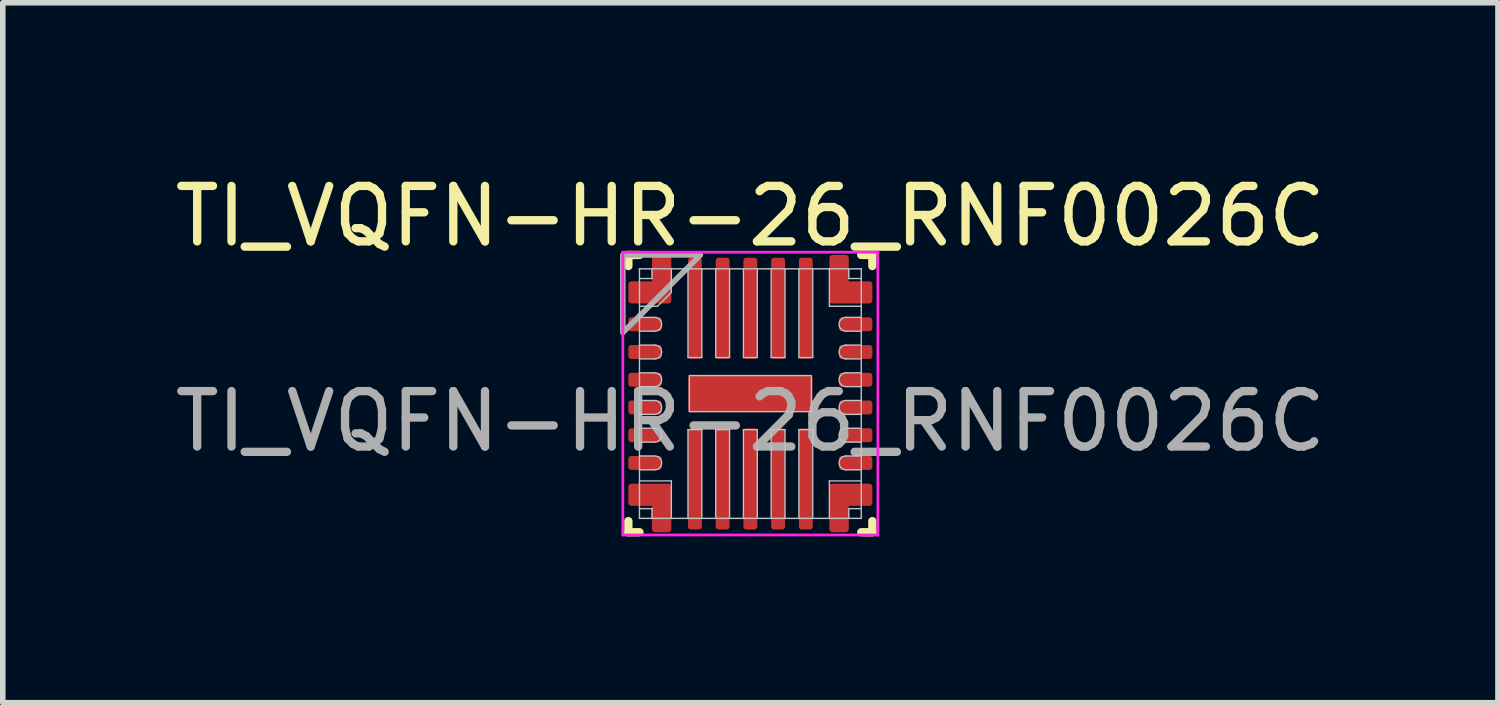
<source format=kicad_pcb>
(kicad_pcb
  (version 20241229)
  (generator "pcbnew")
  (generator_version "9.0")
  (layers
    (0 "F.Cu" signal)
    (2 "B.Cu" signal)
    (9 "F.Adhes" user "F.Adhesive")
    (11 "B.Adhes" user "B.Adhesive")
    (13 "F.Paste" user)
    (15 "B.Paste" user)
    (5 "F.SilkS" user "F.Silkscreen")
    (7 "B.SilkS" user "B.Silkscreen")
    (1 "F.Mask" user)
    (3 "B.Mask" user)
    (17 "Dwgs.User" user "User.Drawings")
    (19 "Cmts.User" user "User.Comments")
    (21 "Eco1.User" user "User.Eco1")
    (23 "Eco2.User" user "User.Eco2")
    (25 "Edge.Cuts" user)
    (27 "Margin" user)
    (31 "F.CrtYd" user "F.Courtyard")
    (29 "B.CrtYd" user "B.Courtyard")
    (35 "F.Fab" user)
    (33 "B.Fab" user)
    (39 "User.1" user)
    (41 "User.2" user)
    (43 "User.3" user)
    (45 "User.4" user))
  (footprint "TI_VQFN-HR-26_RNF0026C"
    (layer "F.Cu")
    (at 10.482 4.048)
    (property "Reference" "TI_VQFN-HR-26_RNF0026C" (at 0 0.5 0) (layer "F.Fab") (effects (font (size 1 1) (thickness 0.15))))
    (attr smd)
    (fp_line (start -2.2 -2.5) (end -2.2 -2.3) (stroke (width 0.15) (type solid)) (layer "F.SilkS"))
    (fp_line (start -2.2 -2.5) (end -2 -2.5) (stroke (width 0.15) (type solid)) (layer "F.SilkS"))
    (fp_line (start -2.2 2.5) (end -2.2 2.3) (stroke (width 0.15) (type solid)) (layer "F.SilkS"))
    (fp_line (start -2.2 2.5) (end -2 2.5) (stroke (width 0.15) (type solid)) (layer "F.SilkS"))
    (fp_line (start 2 -2.5) (end 2.2 -2.5) (stroke (width 0.15) (type solid)) (layer "F.SilkS"))
    (fp_line (start 2.2 -2.5) (end 2.2 -2.3) (stroke (width 0.15) (type solid)) (layer "F.SilkS"))
    (fp_line (start 2.2 2.5) (end 2 2.5) (stroke (width 0.15) (type solid)) (layer "F.SilkS"))
    (fp_line (start 2.2 2.5) (end 2.2 2.3) (stroke (width 0.15) (type solid)) (layer "F.SilkS"))
    (fp_line (start -2 -2.25) (end 2 -2.25) (stroke (width 0.025) (type solid)) (layer "Dwgs.User"))
    (fp_line (start -2 -1.575) (end -1.675 -1.575) (stroke (width 0.025) (type solid)) (layer "Dwgs.User"))
    (fp_line (start -2 -1.375) (end -1.725 -1.375) (stroke (width 0.025) (type solid)) (layer "Dwgs.User"))
    (fp_line (start -2 -1.125) (end -1.725 -1.125) (stroke (width 0.025) (type solid)) (layer "Dwgs.User"))
    (fp_line (start -2 -0.875) (end -1.725 -0.875) (stroke (width 0.025) (type solid)) (layer "Dwgs.User"))
    (fp_line (start -2 -0.625) (end -1.725 -0.625) (stroke (width 0.025) (type solid)) (layer "Dwgs.User"))
    (fp_line (start -2 -0.375) (end -1.725 -0.375) (stroke (width 0.025) (type solid)) (layer "Dwgs.User"))
    (fp_line (start -2 -0.125) (end -1.725 -0.125) (stroke (width 0.025) (type solid)) (layer "Dwgs.User"))
    (fp_line (start -2 0.125) (end -1.725 0.125) (stroke (width 0.025) (type solid)) (layer "Dwgs.User"))
    (fp_line (start -2 0.375) (end -1.725 0.375) (stroke (width 0.025) (type solid)) (layer "Dwgs.User"))
    (fp_line (start -2 0.625) (end -1.725 0.625) (stroke (width 0.025) (type solid)) (layer "Dwgs.User"))
    (fp_line (start -2 0.875) (end -1.725 0.875) (stroke (width 0.025) (type solid)) (layer "Dwgs.User"))
    (fp_line (start -2 1.125) (end -1.725 1.125) (stroke (width 0.025) (type solid)) (layer "Dwgs.User"))
    (fp_line (start -2 1.375) (end -1.725 1.375) (stroke (width 0.025) (type solid)) (layer "Dwgs.User"))
    (fp_line (start -2 2.075) (end -1.775 2.075) (stroke (width 0.025) (type solid)) (layer "Dwgs.User"))
    (fp_line (start -2 2.25) (end -2 -2.25) (stroke (width 0.025) (type solid)) (layer "Dwgs.User"))
    (fp_line (start -1.775 -2.25) (end -1.775 -2.075) (stroke (width 0.025) (type solid)) (layer "Dwgs.User"))
    (fp_line (start -1.775 -2.075) (end -2 -2.075) (stroke (width 0.025) (type solid)) (layer "Dwgs.User"))
    (fp_line (start -1.775 2.075) (end -1.775 2.25) (stroke (width 0.025) (type solid)) (layer "Dwgs.User"))
    (fp_line (start -1.425 -1.825) (end -1.675 -1.575) (stroke (width 0.025) (type solid)) (layer "Dwgs.User"))
    (fp_line (start -1.425 -1.825) (end -1.425 -2.25) (stroke (width 0.025) (type solid)) (layer "Dwgs.User"))
    (fp_line (start -1.425 1.575) (end -2 1.575) (stroke (width 0.025) (type solid)) (layer "Dwgs.User"))
    (fp_line (start -1.425 2.25) (end -1.425 1.575) (stroke (width 0.025) (type solid)) (layer "Dwgs.User"))
    (fp_line (start -1.125 -2.25) (end -1.125 -0.65) (stroke (width 0.025) (type solid)) (layer "Dwgs.User"))
    (fp_line (start -1.125 -0.65) (end -0.875 -0.65) (stroke (width 0.025) (type solid)) (layer "Dwgs.User"))
    (fp_line (start -1.125 0.65) (end -1.125 2.25) (stroke (width 0.025) (type solid)) (layer "Dwgs.User"))
    (fp_line (start -1.1 -0.325) (end 1.1 -0.325) (stroke (width 0.025) (type solid)) (layer "Dwgs.User"))
    (fp_line (start -1.1 0.325) (end -1.1 -0.325) (stroke (width 0.025) (type solid)) (layer "Dwgs.User"))
    (fp_line (start -0.875 -0.65) (end -0.875 -2.25) (stroke (width 0.025) (type solid)) (layer "Dwgs.User"))
    (fp_line (start -0.875 0.65) (end -1.125 0.65) (stroke (width 0.025) (type solid)) (layer "Dwgs.User"))
    (fp_line (start -0.875 2.25) (end -0.875 0.65) (stroke (width 0.025) (type solid)) (layer "Dwgs.User"))
    (fp_line (start -0.625 -2.25) (end -0.625 -0.65) (stroke (width 0.025) (type solid)) (layer "Dwgs.User"))
    (fp_line (start -0.625 -0.65) (end -0.375 -0.65) (stroke (width 0.025) (type solid)) (layer "Dwgs.User"))
    (fp_line (start -0.625 0.65) (end -0.625 2.25) (stroke (width 0.025) (type solid)) (layer "Dwgs.User"))
    (fp_line (start -0.375 -0.65) (end -0.375 -2.25) (stroke (width 0.025) (type solid)) (layer "Dwgs.User"))
    (fp_line (start -0.375 0.65) (end -0.625 0.65) (stroke (width 0.025) (type solid)) (layer "Dwgs.User"))
    (fp_line (start -0.375 2.25) (end -0.375 0.65) (stroke (width 0.025) (type solid)) (layer "Dwgs.User"))
    (fp_line (start -0.125 -2.25) (end -0.125 -0.65) (stroke (width 0.025) (type solid)) (layer "Dwgs.User"))
    (fp_line (start -0.125 -0.65) (end 0.125 -0.65) (stroke (width 0.025) (type solid)) (layer "Dwgs.User"))
    (fp_line (start -0.125 0.65) (end -0.125 2.25) (stroke (width 0.025) (type solid)) (layer "Dwgs.User"))
    (fp_line (start 0.125 -0.65) (end 0.125 -2.25) (stroke (width 0.025) (type solid)) (layer "Dwgs.User"))
    (fp_line (start 0.125 0.65) (end -0.125 0.65) (stroke (width 0.025) (type solid)) (layer "Dwgs.User"))
    (fp_line (start 0.125 2.25) (end 0.125 0.65) (stroke (width 0.025) (type solid)) (layer "Dwgs.User"))
    (fp_line (start 0.375 -2.25) (end 0.375 -0.65) (stroke (width 0.025) (type solid)) (layer "Dwgs.User"))
    (fp_line (start 0.375 -0.65) (end 0.625 -0.65) (stroke (width 0.025) (type solid)) (layer "Dwgs.User"))
    (fp_line (start 0.375 0.65) (end 0.375 2.25) (stroke (width 0.025) (type solid)) (layer "Dwgs.User"))
    (fp_line (start 0.625 -0.65) (end 0.625 -2.25) (stroke (width 0.025) (type solid)) (layer "Dwgs.User"))
    (fp_line (start 0.625 0.65) (end 0.375 0.65) (stroke (width 0.025) (type solid)) (layer "Dwgs.User"))
    (fp_line (start 0.625 2.25) (end 0.625 0.65) (stroke (width 0.025) (type solid)) (layer "Dwgs.User"))
    (fp_line (start 0.875 -2.25) (end 0.875 -0.65) (stroke (width 0.025) (type solid)) (layer "Dwgs.User"))
    (fp_line (start 0.875 -0.65) (end 1.125 -0.65) (stroke (width 0.025) (type solid)) (layer "Dwgs.User"))
    (fp_line (start 0.875 0.65) (end 0.875 2.25) (stroke (width 0.025) (type solid)) (layer "Dwgs.User"))
    (fp_line (start 1.1 -0.325) (end 1.1 0.325) (stroke (width 0.025) (type solid)) (layer "Dwgs.User"))
    (fp_line (start 1.1 0.325) (end -1.1 0.325) (stroke (width 0.025) (type solid)) (layer "Dwgs.User"))
    (fp_line (start 1.125 -0.65) (end 1.125 -2.25) (stroke (width 0.025) (type solid)) (layer "Dwgs.User"))
    (fp_line (start 1.125 0.65) (end 0.875 0.65) (stroke (width 0.025) (type solid)) (layer "Dwgs.User"))
    (fp_line (start 1.125 2.25) (end 1.125 0.65) (stroke (width 0.025) (type solid)) (layer "Dwgs.User"))
    (fp_line (start 1.425 -2.25) (end 1.425 -1.575) (stroke (width 0.025) (type solid)) (layer "Dwgs.User"))
    (fp_line (start 1.425 -1.575) (end 2 -1.575) (stroke (width 0.025) (type solid)) (layer "Dwgs.User"))
    (fp_line (start 1.425 1.575) (end 1.425 2.25) (stroke (width 0.025) (type solid)) (layer "Dwgs.User"))
    (fp_line (start 1.775 -2.075) (end 1.775 -2.25) (stroke (width 0.025) (type solid)) (layer "Dwgs.User"))
    (fp_line (start 1.775 2.075) (end 2 2.075) (stroke (width 0.025) (type solid)) (layer "Dwgs.User"))
    (fp_line (start 1.775 2.25) (end 1.775 2.075) (stroke (width 0.025) (type solid)) (layer "Dwgs.User"))
    (fp_line (start 2 -2.25) (end 2 2.25) (stroke (width 0.025) (type solid)) (layer "Dwgs.User"))
    (fp_line (start 2 -2.075) (end 1.775 -2.075) (stroke (width 0.025) (type solid)) (layer "Dwgs.User"))
    (fp_line (start 2 -1.375) (end 1.725 -1.375) (stroke (width 0.025) (type solid)) (layer "Dwgs.User"))
    (fp_line (start 2 -1.125) (end 1.725 -1.125) (stroke (width 0.025) (type solid)) (layer "Dwgs.User"))
    (fp_line (start 2 -0.875) (end 1.725 -0.875) (stroke (width 0.025) (type solid)) (layer "Dwgs.User"))
    (fp_line (start 2 -0.625) (end 1.725 -0.625) (stroke (width 0.025) (type solid)) (layer "Dwgs.User"))
    (fp_line (start 2 -0.375) (end 1.725 -0.375) (stroke (width 0.025) (type solid)) (layer "Dwgs.User"))
    (fp_line (start 2 -0.125) (end 1.725 -0.125) (stroke (width 0.025) (type solid)) (layer "Dwgs.User"))
    (fp_line (start 2 0.125) (end 1.725 0.125) (stroke (width 0.025) (type solid)) (layer "Dwgs.User"))
    (fp_line (start 2 0.375) (end 1.725 0.375) (stroke (width 0.025) (type solid)) (layer "Dwgs.User"))
    (fp_line (start 2 0.625) (end 1.725 0.625) (stroke (width 0.025) (type solid)) (layer "Dwgs.User"))
    (fp_line (start 2 0.875) (end 1.725 0.875) (stroke (width 0.025) (type solid)) (layer "Dwgs.User"))
    (fp_line (start 2 1.125) (end 1.725 1.125) (stroke (width 0.025) (type solid)) (layer "Dwgs.User"))
    (fp_line (start 2 1.375) (end 1.725 1.375) (stroke (width 0.025) (type solid)) (layer "Dwgs.User"))
    (fp_line (start 2 1.575) (end 1.425 1.575) (stroke (width 0.025) (type solid)) (layer "Dwgs.User"))
    (fp_line (start 2 2.25) (end -2 2.25) (stroke (width 0.025) (type solid)) (layer "Dwgs.User"))
    (fp_arc (start -1.725 -1.375) (mid -1.6 -1.25) (end -1.725 -1.125) (stroke (width 0.025) (type solid)) (layer "Dwgs.User"))
    (fp_arc (start -1.725 -0.875) (mid -1.6 -0.75) (end -1.725 -0.625) (stroke (width 0.025) (type solid)) (layer "Dwgs.User"))
    (fp_arc (start -1.725 -0.375) (mid -1.6 -0.25) (end -1.725 -0.125) (stroke (width 0.025) (type solid)) (layer "Dwgs.User"))
    (fp_arc (start -1.725 0.125) (mid -1.6 0.25) (end -1.725 0.375) (stroke (width 0.025) (type solid)) (layer "Dwgs.User"))
    (fp_arc (start -1.725 0.625) (mid -1.6 0.75) (end -1.725 0.875) (stroke (width 0.025) (type solid)) (layer "Dwgs.User"))
    (fp_arc (start -1.725 1.125) (mid -1.6 1.25) (end -1.725 1.375) (stroke (width 0.025) (type solid)) (layer "Dwgs.User"))
    (fp_arc (start 1.725 -1.125) (mid 1.6 -1.25) (end 1.725 -1.375) (stroke (width 0.025) (type solid)) (layer "Dwgs.User"))
    (fp_arc (start 1.725 -0.625) (mid 1.6 -0.75) (end 1.725 -0.875) (stroke (width 0.025) (type solid)) (layer "Dwgs.User"))
    (fp_arc (start 1.725 -0.125) (mid 1.6 -0.25) (end 1.725 -0.375) (stroke (width 0.025) (type solid)) (layer "Dwgs.User"))
    (fp_arc (start 1.725 0.375) (mid 1.6 0.25) (end 1.725 0.125) (stroke (width 0.025) (type solid)) (layer "Dwgs.User"))
    (fp_arc (start 1.725 0.875) (mid 1.6 0.75) (end 1.725 0.625) (stroke (width 0.025) (type solid)) (layer "Dwgs.User"))
    (fp_arc (start 1.725 1.375) (mid 1.6 1.25) (end 1.725 1.125) (stroke (width 0.025) (type solid)) (layer "Dwgs.User"))
    (fp_line (start -2.3 -2.55) (end 2.3 -2.55) (stroke (width 0.05) (type solid)) (layer "F.CrtYd"))
    (fp_line (start -2.3 2.55) (end -2.3 -2.55) (stroke (width 0.05) (type solid)) (layer "F.CrtYd"))
    (fp_line (start 2.3 -2.55) (end 2.3 2.55) (stroke (width 0.05) (type solid)) (layer "F.CrtYd"))
    (fp_line (start 2.3 2.55) (end -2.3 2.55) (stroke (width 0.05) (type solid)) (layer "F.CrtYd"))
    (fp_poly (pts (xy -2.3 -1.1) (xy -0.9 -2.5) (xy -2.3 -2.5)) (stroke (width 0.1) (type solid)) (fill no) (layer "F.Fab"))
    (fp_text user "${REFERENCE}" (at 0 -3.2 0) (layer "F.SilkS") (effects (font (size 1 1) (thickness 0.15))))
    (pad "" smd custom (at -1.6 -1.825) (size 0.1 0.1) (layers "F.Paste") (options (anchor rect)) (primitives (gr_poly (pts (xy 0.125 0.1) (xy 0.125 -0.6) (xy -0.075 -0.6) (xy -0.075 -0.1) (xy -0.5 -0.1) (xy -0.5 0.1)) (width 0.1) (fill yes))))
    (pad "" smd custom (at -1.6 1.825) (size 0.1 0.1) (layers "F.Paste") (options (anchor rect)) (primitives (gr_poly (pts (xy 0.125 -0.1) (xy 0.125 0.625) (xy -0.075 0.625) (xy -0.075 0.1) (xy -0.5 0.1) (xy -0.5 -0.1)) (width 0.1) (fill yes))))
    (pad "" smd roundrect (at -1 -2.045) (size 0.25 0.81) (layers "F.Paste") (roundrect_rratio 0.2))
    (pad "" smd roundrect (at -1 -1.035) (size 0.25 0.81) (layers "F.Paste") (roundrect_rratio 0.2))
    (pad "" smd roundrect (at -1 1.035) (size 0.25 0.81) (layers "F.Paste") (roundrect_rratio 0.2))
    (pad "" smd roundrect (at -1 2.045) (size 0.25 0.81) (layers "F.Paste") (roundrect_rratio 0.2))
    (pad "" smd roundrect (at -0.59 0) (size 0.98 0.66) (layers "F.Paste") (roundrect_rratio 0.076))
    (pad "" smd roundrect (at -0.5 -2.045) (size 0.25 0.81) (layers "F.Paste") (roundrect_rratio 0.2))
    (pad "" smd roundrect (at -0.5 -1.035) (size 0.25 0.81) (layers "F.Paste") (roundrect_rratio 0.2))
    (pad "" smd roundrect (at -0.5 1.035) (size 0.25 0.81) (layers "F.Paste") (roundrect_rratio 0.2))
    (pad "" smd roundrect (at -0.5 2.045) (size 0.25 0.81) (layers "F.Paste") (roundrect_rratio 0.2))
    (pad "" smd roundrect (at 0 -2.045) (size 0.25 0.81) (layers "F.Paste") (roundrect_rratio 0.2))
    (pad "" smd roundrect (at 0 -1.035) (size 0.25 0.81) (layers "F.Paste") (roundrect_rratio 0.2))
    (pad "" smd roundrect (at 0 1.035) (size 0.25 0.81) (layers "F.Paste") (roundrect_rratio 0.2))
    (pad "" smd roundrect (at 0 2.045) (size 0.25 0.81) (layers "F.Paste") (roundrect_rratio 0.2))
    (pad "" smd roundrect (at 0.5 -2.045) (size 0.25 0.81) (layers "F.Paste") (roundrect_rratio 0.2))
    (pad "" smd roundrect (at 0.5 -1.035) (size 0.25 0.81) (layers "F.Paste") (roundrect_rratio 0.2))
    (pad "" smd roundrect (at 0.5 1.035) (size 0.25 0.81) (layers "F.Paste") (roundrect_rratio 0.2))
    (pad "" smd roundrect (at 0.5 2.045) (size 0.25 0.81) (layers "F.Paste") (roundrect_rratio 0.2))
    (pad "" smd roundrect (at 0.59 0) (size 0.98 0.66) (layers "F.Paste") (roundrect_rratio 0.076))
    (pad "" smd roundrect (at 1 -2.045) (size 0.25 0.81) (layers "F.Paste") (roundrect_rratio 0.2))
    (pad "" smd roundrect (at 1 -1.035) (size 0.25 0.81) (layers "F.Paste") (roundrect_rratio 0.2))
    (pad "" smd roundrect (at 1 1.035) (size 0.25 0.81) (layers "F.Paste") (roundrect_rratio 0.2))
    (pad "" smd roundrect (at 1 2.045) (size 0.25 0.81) (layers "F.Paste") (roundrect_rratio 0.2))
    (pad "" smd custom (at 1.6 -1.825) (size 0.1 0.1) (layers "F.Paste") (options (anchor rect)) (primitives (gr_poly (pts (xy -0.125 0.1) (xy -0.125 -0.6) (xy 0.075 -0.6) (xy 0.075 -0.1) (xy 0.5 -0.1) (xy 0.5 0.1)) (width 0.1) (fill yes))))
    (pad "" smd custom (at 1.6 1.825) (size 0.1 0.1) (layers "F.Paste") (options (anchor rect)) (primitives (gr_poly (pts (xy -0.125 -0.1) (xy -0.125 0.625) (xy 0.075 0.625) (xy 0.075 0.1) (xy 0.5 0.1) (xy 0.5 -0.1)) (width 0.1) (fill yes))))
    (pad "1" smd custom (at -1.6 -1.825) (size 0.3 0.4) (layers "F.Cu" "F.Mask") (options (anchor rect)) (primitives (gr_poly (pts (xy 0.125 0.15) (xy 0.125 -0.625) (xy -0.125 -0.625) (xy -0.125 -0.15) (xy -0.55 -0.15) (xy -0.55 0.15)) (width 0.1) (fill yes))))
    (pad "2" smd roundrect (at -1.9 -1.25) (size 0.6 0.25) (layers "F.Cu" "F.Mask" "F.Paste") (roundrect_rratio 0.2))
    (pad "3" smd roundrect (at -1.9 -0.75) (size 0.6 0.25) (layers "F.Cu" "F.Mask" "F.Paste") (roundrect_rratio 0.2))
    (pad "4" smd roundrect (at -1.9 -0.25) (size 0.6 0.25) (layers "F.Cu" "F.Mask" "F.Paste") (roundrect_rratio 0.2))
    (pad "5" smd roundrect (at -1.9 0.25) (size 0.6 0.25) (layers "F.Cu" "F.Mask" "F.Paste") (roundrect_rratio 0.2))
    (pad "6" smd roundrect (at -1.9 0.75) (size 0.6 0.25) (layers "F.Cu" "F.Mask" "F.Paste") (roundrect_rratio 0.2))
    (pad "7" smd roundrect (at -1.9 1.25) (size 0.6 0.25) (layers "F.Cu" "F.Mask" "F.Paste") (roundrect_rratio 0.2))
    (pad "8" smd custom (at -1.6 1.825) (size 0.3 0.4) (layers "F.Cu" "F.Mask") (options (anchor rect)) (primitives (gr_poly (pts (xy 0.125 -0.15) (xy 0.125 0.625) (xy -0.125 0.625) (xy -0.125 0.15) (xy -0.55 0.15) (xy -0.55 -0.15)) (width 0.1) (fill yes))))
    (pad "9" smd roundrect (at -1 1.54) (size 0.25 1.82) (layers "F.Cu" "F.Mask") (roundrect_rratio 0.2))
    (pad "10" smd roundrect (at -0.5 1.54) (size 0.25 1.82) (layers "F.Cu" "F.Mask") (roundrect_rratio 0.2))
    (pad "11" smd roundrect (at 0 1.54) (size 0.25 1.82) (layers "F.Cu" "F.Mask") (roundrect_rratio 0.2))
    (pad "12" smd roundrect (at 0.5 1.54) (size 0.25 1.82) (layers "F.Cu" "F.Mask") (roundrect_rratio 0.2))
    (pad "13" smd roundrect (at 1 1.54) (size 0.25 1.82) (layers "F.Cu" "F.Mask") (roundrect_rratio 0.2))
    (pad "14" smd custom (at 1.6 1.825) (size 0.3 0.4) (layers "F.Cu" "F.Mask") (options (anchor rect)) (primitives (gr_poly (pts (xy -0.125 -0.15) (xy -0.125 0.625) (xy 0.125 0.625) (xy 0.125 0.15) (xy 0.55 0.15) (xy 0.55 -0.15)) (width 0.1) (fill yes))))
    (pad "15" smd roundrect (at 1.9 1.25) (size 0.6 0.25) (layers "F.Cu" "F.Mask" "F.Paste") (roundrect_rratio 0.2))
    (pad "16" smd roundrect (at 1.9 0.75) (size 0.6 0.25) (layers "F.Cu" "F.Mask" "F.Paste") (roundrect_rratio 0.2))
    (pad "17" smd roundrect (at 1.9 0.25) (size 0.6 0.25) (layers "F.Cu" "F.Mask" "F.Paste") (roundrect_rratio 0.2))
    (pad "18" smd roundrect (at 1.9 -0.25) (size 0.6 0.25) (layers "F.Cu" "F.Mask" "F.Paste") (roundrect_rratio 0.2))
    (pad "19" smd roundrect (at 1.9 -0.75) (size 0.6 0.25) (layers "F.Cu" "F.Mask" "F.Paste") (roundrect_rratio 0.2))
    (pad "20" smd roundrect (at 1.9 -1.25) (size 0.6 0.25) (layers "F.Cu" "F.Mask" "F.Paste") (roundrect_rratio 0.2))
    (pad "21" smd custom (at 1.6 -1.825) (size 0.3 0.4) (layers "F.Cu" "F.Mask") (options (anchor rect)) (primitives (gr_poly (pts (xy -0.125 0.15) (xy -0.125 -0.625) (xy 0.125 -0.625) (xy 0.125 -0.15) (xy 0.55 -0.15) (xy 0.55 0.15)) (width 0.1) (fill yes))))
    (pad "22" smd roundrect (at 1 -1.54) (size 0.25 1.82) (layers "F.Cu" "F.Mask") (roundrect_rratio 0.2))
    (pad "23" smd roundrect (at 0.5 -1.54) (size 0.25 1.82) (layers "F.Cu" "F.Mask") (roundrect_rratio 0.2))
    (pad "24" smd roundrect (at 0 -1.54) (size 0.25 1.82) (layers "F.Cu" "F.Mask") (roundrect_rratio 0.2))
    (pad "25" smd roundrect (at -0.5 -1.54) (size 0.25 1.82) (layers "F.Cu" "F.Mask") (roundrect_rratio 0.2))
    (pad "26" smd roundrect (at -1 -1.54) (size 0.25 1.82) (layers "F.Cu" "F.Mask") (roundrect_rratio 0.2))
    (pad "27" smd roundrect (at 0 0) (size 2.24 0.66) (layers "F.Cu" "F.Mask") (roundrect_rratio 0.076)))
  (gr_rect
    (start -3 -3)
    (end 23.964 9.623)
    (stroke (width 0.1) (type default))
    (fill no)
    (layer "Edge.Cuts")))
</source>
